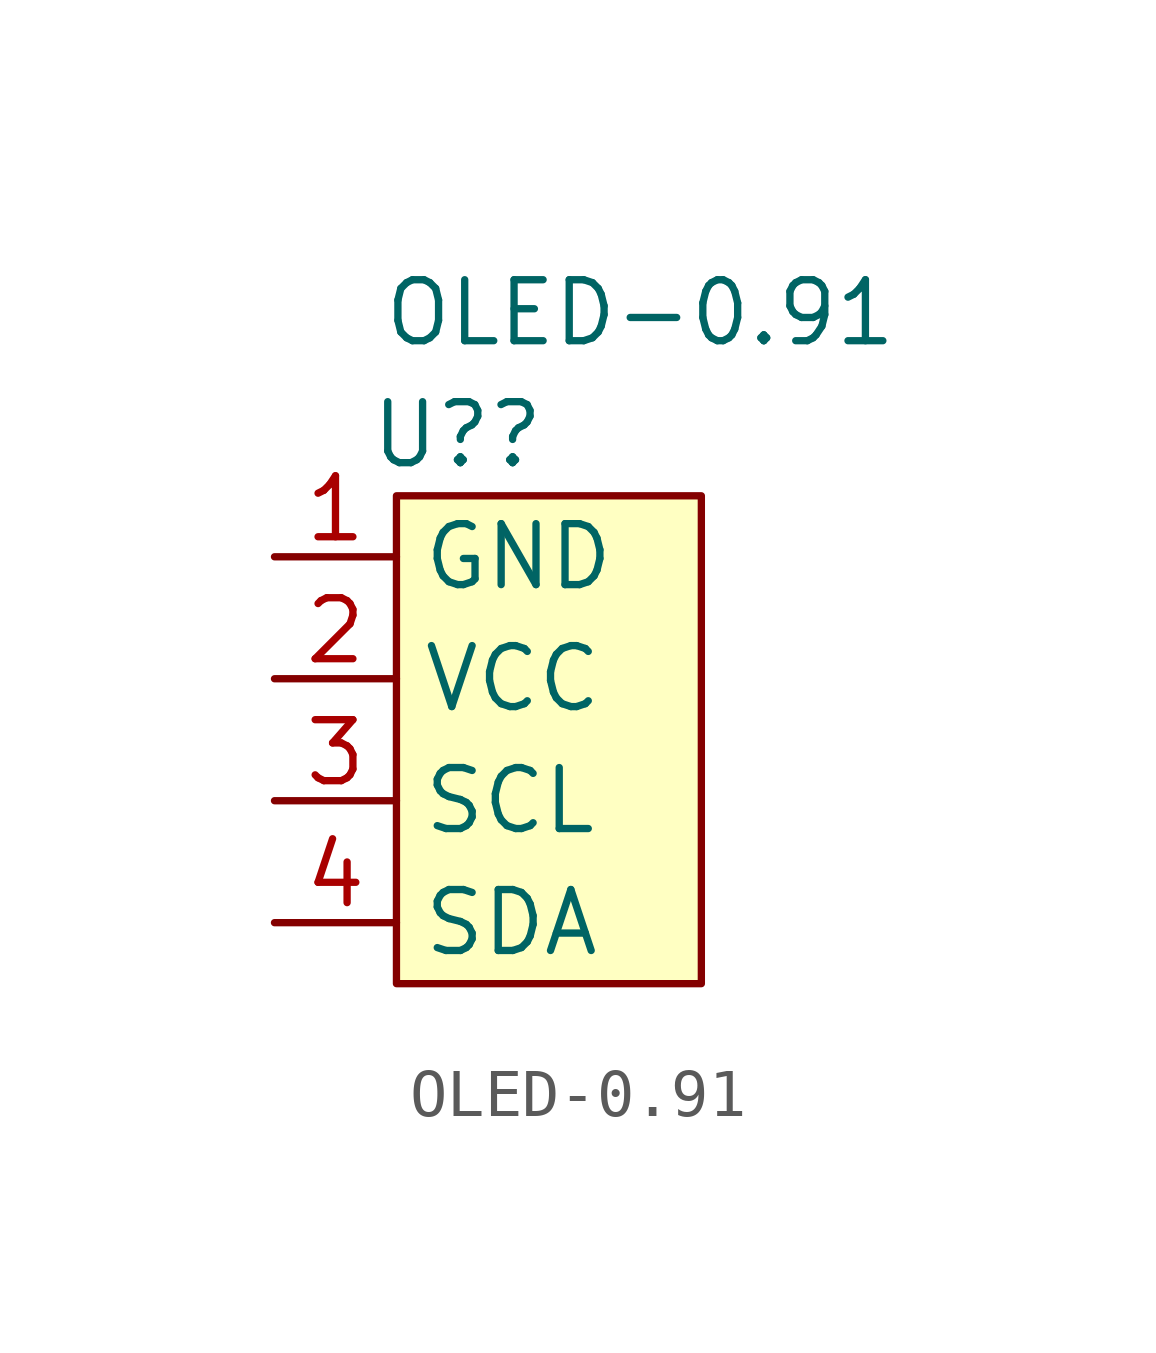
<source format=kicad_sym>
(kicad_symbol_lib
  (version 20220914)
  (generator kicad_symbol_editor)
  (symbol "OLED-0.91"
    (property "Reference" "U?"
      (at -5.08 1.27 0)
      (effects (font (size 1.27 1.27))))
    (property "Value" "OLED-0.91"
      (at -1.27 3.81 0)
      (effects (font (size 1.27 1.27))))
    (symbol "OLED-0.91_1_1"
      (rectangle (start -6.35 0) (end 0 -10.16) (stroke (width 0) (type default)) (fill (type background)))
      (pin bidirectional line (at -8.89 -1.27 0) (length 2.54) (name "GND" (effects (font (size 1.27 1.27)))) (number "1" (effects (font (size 1.27 1.27)))))
      (pin bidirectional line (at -8.89 -3.81 0) (length 2.54) (name "VCC" (effects (font (size 1.27 1.27)))) (number "2" (effects (font (size 1.27 1.27)))))
      (pin bidirectional line (at -8.89 -6.35 0) (length 2.54) (name "SCL" (effects (font (size 1.27 1.27)))) (number "3" (effects (font (size 1.27 1.27)))))
      (pin bidirectional line (at -8.89 -8.89 0) (length 2.54) (name "SDA" (effects (font (size 1.27 1.27)))) (number "4" (effects (font (size 1.27 1.27))))))))
</source>
